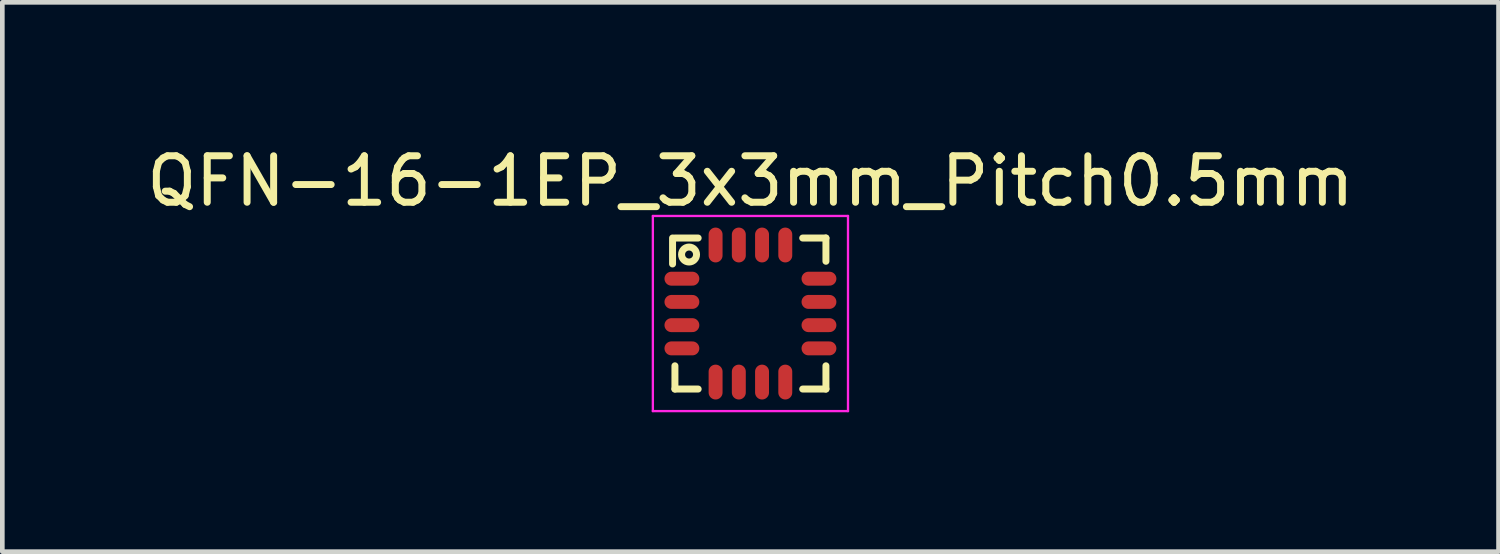
<source format=kicad_pcb>
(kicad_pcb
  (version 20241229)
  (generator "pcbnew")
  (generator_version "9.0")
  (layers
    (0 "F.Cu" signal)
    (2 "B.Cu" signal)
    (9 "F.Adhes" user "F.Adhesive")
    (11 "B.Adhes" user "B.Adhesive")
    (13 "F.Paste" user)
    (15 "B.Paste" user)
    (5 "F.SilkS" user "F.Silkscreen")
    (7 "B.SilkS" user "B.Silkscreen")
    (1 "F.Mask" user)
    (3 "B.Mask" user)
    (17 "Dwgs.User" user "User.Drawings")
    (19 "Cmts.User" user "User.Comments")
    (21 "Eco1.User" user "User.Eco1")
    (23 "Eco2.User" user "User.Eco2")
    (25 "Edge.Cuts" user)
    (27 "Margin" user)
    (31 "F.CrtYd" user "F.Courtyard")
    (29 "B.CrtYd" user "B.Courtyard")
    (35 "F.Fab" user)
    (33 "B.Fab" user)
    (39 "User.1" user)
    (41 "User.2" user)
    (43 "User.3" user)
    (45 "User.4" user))
  (footprint "QFN-16-1EP_3x3mm_Pitch0.5mm"
    (layer "F.Cu")
    (at 13.101 3.698)
    (property "Reference" "QFN-16-1EP_3x3mm_Pitch0.5mm" (at 0 -2.85 0) (layer "F.SilkS") (effects (font (size 1 1) (thickness 0.15))))
    (attr smd)
    (fp_line (start -1.676 -1.067) (end -1.676 -1.626) (stroke (width 0.15) (type solid)) (layer "F.SilkS"))
    (fp_line (start -1.625 -1.625) (end -1.125 -1.625) (stroke (width 0.15) (type solid)) (layer "F.SilkS"))
    (fp_line (start -1.625 1.625) (end -1.625 1.125) (stroke (width 0.15) (type solid)) (layer "F.SilkS"))
    (fp_line (start -1.625 1.625) (end -1.125 1.625) (stroke (width 0.15) (type solid)) (layer "F.SilkS"))
    (fp_line (start 1.625 -1.625) (end 1.125 -1.625) (stroke (width 0.15) (type solid)) (layer "F.SilkS"))
    (fp_line (start 1.625 -1.625) (end 1.625 -1.125) (stroke (width 0.15) (type solid)) (layer "F.SilkS"))
    (fp_line (start 1.625 1.625) (end 1.125 1.625) (stroke (width 0.15) (type solid)) (layer "F.SilkS"))
    (fp_line (start 1.625 1.625) (end 1.625 1.125) (stroke (width 0.15) (type solid)) (layer "F.SilkS"))
    (fp_circle (center -1.321 -1.27) (end -1.168 -1.219) (stroke (width 0.15) (type solid)) (fill no) (layer "F.SilkS"))
    (fp_line (start -2.1 -2.1) (end -2.1 2.1) (stroke (width 0.05) (type solid)) (layer "F.CrtYd"))
    (fp_line (start -2.1 -2.1) (end 2.1 -2.1) (stroke (width 0.05) (type solid)) (layer "F.CrtYd"))
    (fp_line (start -2.1 2.1) (end 2.1 2.1) (stroke (width 0.05) (type solid)) (layer "F.CrtYd"))
    (fp_line (start 2.1 -2.1) (end 2.1 2.1) (stroke (width 0.05) (type solid)) (layer "F.CrtYd"))
    (pad "1" smd oval (at -1.475 -0.75) (size 0.75 0.3) (layers "F.Cu" "F.Mask" "F.Paste"))
    (pad "2" smd oval (at -1.475 -0.25) (size 0.75 0.3) (layers "F.Cu" "F.Mask" "F.Paste"))
    (pad "3" smd oval (at -1.475 0.25) (size 0.75 0.3) (layers "F.Cu" "F.Mask" "F.Paste"))
    (pad "4" smd oval (at -1.475 0.75) (size 0.75 0.3) (layers "F.Cu" "F.Mask" "F.Paste"))
    (pad "5" smd oval (at -0.75 1.475 90) (size 0.75 0.3) (layers "F.Cu" "F.Mask" "F.Paste"))
    (pad "6" smd oval (at -0.25 1.475 90) (size 0.75 0.3) (layers "F.Cu" "F.Mask" "F.Paste"))
    (pad "7" smd oval (at 0.25 1.475 90) (size 0.75 0.3) (layers "F.Cu" "F.Mask" "F.Paste"))
    (pad "8" smd oval (at 0.75 1.475 90) (size 0.75 0.3) (layers "F.Cu" "F.Mask" "F.Paste"))
    (pad "9" smd oval (at 1.475 0.75) (size 0.75 0.3) (layers "F.Cu" "F.Mask" "F.Paste"))
    (pad "10" smd oval (at 1.475 0.25) (size 0.75 0.3) (layers "F.Cu" "F.Mask" "F.Paste"))
    (pad "11" smd oval (at 1.475 -0.25) (size 0.75 0.3) (layers "F.Cu" "F.Mask" "F.Paste"))
    (pad "12" smd oval (at 1.475 -0.75) (size 0.75 0.3) (layers "F.Cu" "F.Mask" "F.Paste"))
    (pad "13" smd oval (at 0.75 -1.475 90) (size 0.75 0.3) (layers "F.Cu" "F.Mask" "F.Paste"))
    (pad "14" smd oval (at 0.25 -1.475 90) (size 0.75 0.3) (layers "F.Cu" "F.Mask" "F.Paste"))
    (pad "15" smd oval (at -0.25 -1.475 90) (size 0.75 0.3) (layers "F.Cu" "F.Mask" "F.Paste"))
    (pad "16" smd oval (at -0.75 -1.475 90) (size 0.75 0.3) (layers "F.Cu" "F.Mask" "F.Paste")))
  (gr_rect
    (start -3 -3)
    (end 29.202 8.823)
    (stroke (width 0.1) (type default))
    (fill no)
    (layer "Edge.Cuts")))
</source>
